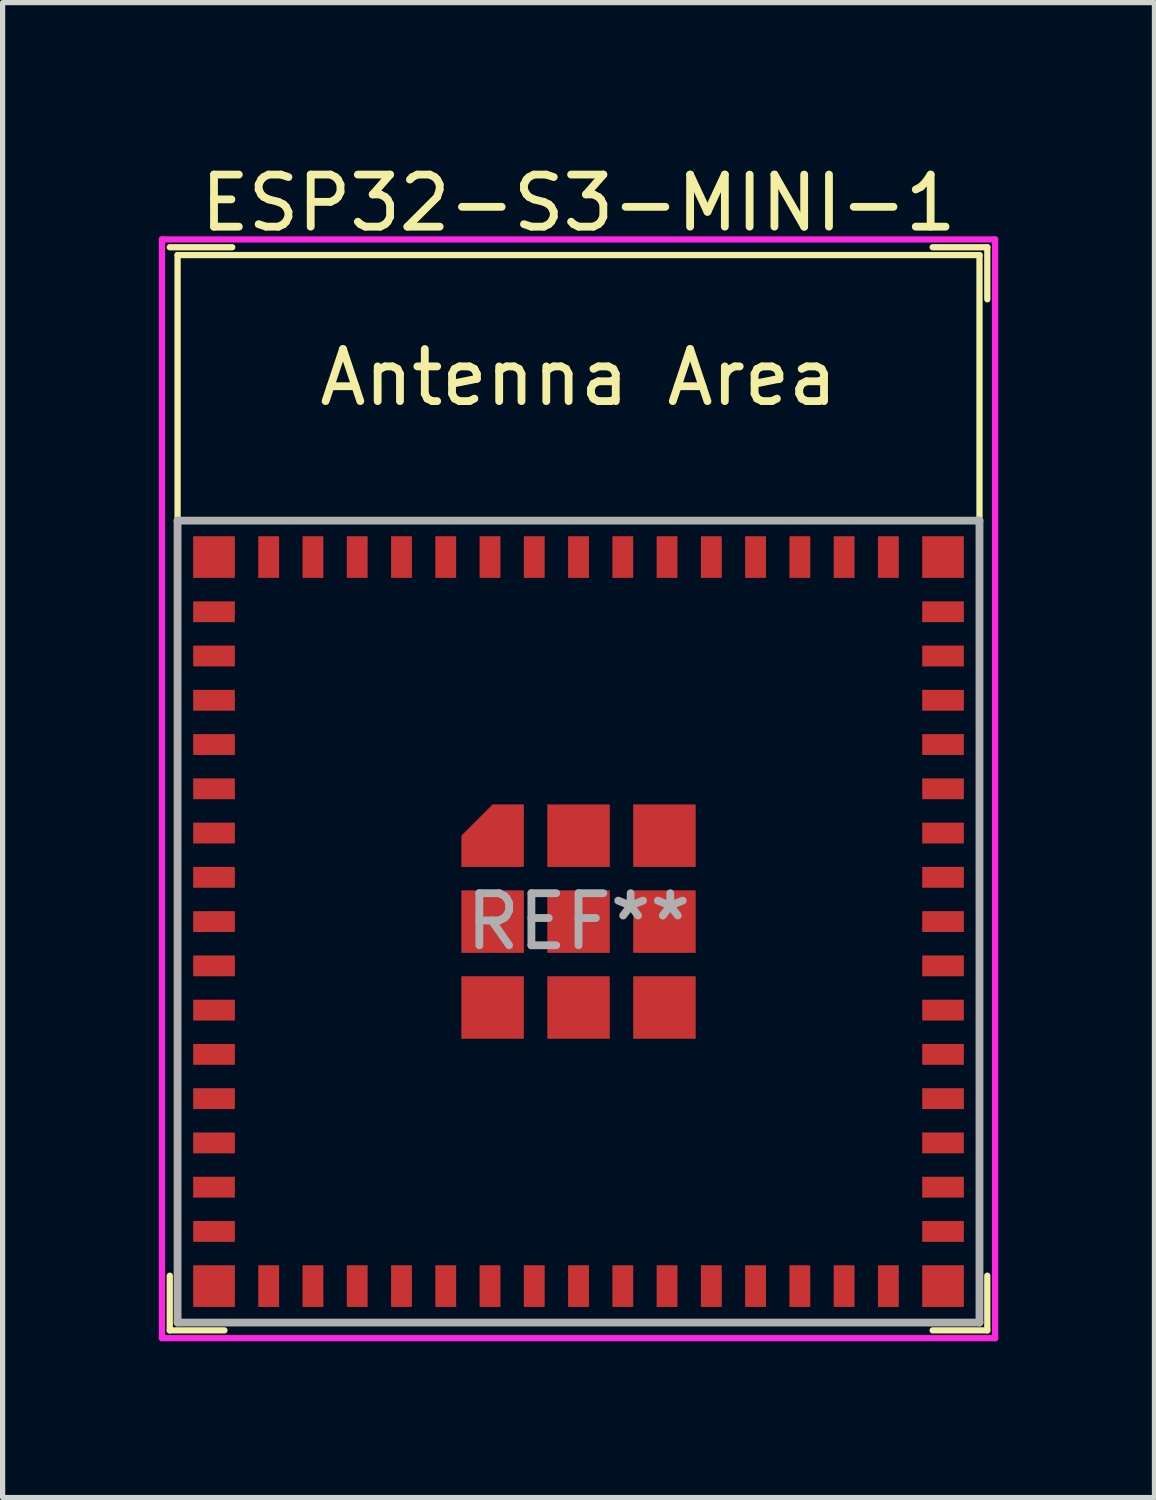
<source format=kicad_pcb>
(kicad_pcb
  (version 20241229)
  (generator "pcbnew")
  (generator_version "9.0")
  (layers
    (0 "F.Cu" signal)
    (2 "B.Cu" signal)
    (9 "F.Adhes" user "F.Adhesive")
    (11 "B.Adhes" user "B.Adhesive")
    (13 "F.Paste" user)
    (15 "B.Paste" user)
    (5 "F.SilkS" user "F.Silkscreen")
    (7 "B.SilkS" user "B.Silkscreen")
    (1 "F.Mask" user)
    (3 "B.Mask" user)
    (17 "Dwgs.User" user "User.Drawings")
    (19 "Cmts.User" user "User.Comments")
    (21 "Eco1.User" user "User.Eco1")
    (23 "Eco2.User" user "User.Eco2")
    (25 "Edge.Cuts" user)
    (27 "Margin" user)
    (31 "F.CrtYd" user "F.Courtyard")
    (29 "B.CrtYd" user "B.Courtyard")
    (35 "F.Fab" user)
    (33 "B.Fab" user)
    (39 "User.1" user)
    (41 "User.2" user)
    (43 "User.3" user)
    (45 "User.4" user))
  (footprint "ESP32-S3-MINI-1"
    (layer "F.Cu")
    (at 8.06 14.648)
    (property "Reference" "ESP32-S3-MINI-1" (at 0 -13.8 0) (layer "F.SilkS") (effects (font (size 1 1) (thickness 0.15))))
    (attr smd)
    (fp_line (start -7.85 7.85) (end -7.85 6.8) (stroke (width 0.12) (type solid)) (layer "F.SilkS"))
    (fp_line (start -7.7 -12.8) (end -7.7 -7.7) (stroke (width 0.12) (type solid)) (layer "F.SilkS"))
    (fp_line (start -7.7 -12.8) (end 7.7 -12.8) (stroke (width 0.12) (type solid)) (layer "F.SilkS"))
    (fp_line (start -7.7 7.7) (end -7.7 -7.7) (stroke (width 0.12) (type solid)) (layer "F.SilkS"))
    (fp_line (start -6.8 7.85) (end -7.85 7.85) (stroke (width 0.12) (type solid)) (layer "F.SilkS"))
    (fp_line (start -6.65 -12.95) (end -7.85 -12.95) (stroke (width 0.12) (type solid)) (layer "F.SilkS"))
    (fp_line (start 6.8 -12.95) (end 7.85 -12.95) (stroke (width 0.12) (type solid)) (layer "F.SilkS"))
    (fp_line (start 6.8 7.85) (end 7.85 7.85) (stroke (width 0.12) (type solid)) (layer "F.SilkS"))
    (fp_line (start 7.7 -12.8) (end 7.7 -7.7) (stroke (width 0.12) (type solid)) (layer "F.SilkS"))
    (fp_line (start 7.7 -7.7) (end 7.7 7.7) (stroke (width 0.12) (type solid)) (layer "F.SilkS"))
    (fp_line (start 7.7 7.7) (end -7.7 7.7) (stroke (width 0.12) (type solid)) (layer "F.SilkS"))
    (fp_line (start 7.85 -12.95) (end 7.85 -11.95) (stroke (width 0.12) (type solid)) (layer "F.SilkS"))
    (fp_line (start 7.85 7.85) (end 7.85 6.8) (stroke (width 0.12) (type solid)) (layer "F.SilkS"))
    (fp_line (start -8 -13.1) (end -8 8) (stroke (width 0.12) (type solid)) (layer "F.CrtYd"))
    (fp_line (start -8 8) (end 8 8) (stroke (width 0.12) (type solid)) (layer "F.CrtYd"))
    (fp_line (start 8 -13.1) (end -8 -13.1) (stroke (width 0.12) (type solid)) (layer "F.CrtYd"))
    (fp_line (start 8 8) (end 8 -13.1) (stroke (width 0.12) (type solid)) (layer "F.CrtYd"))
    (fp_line (start -7.7 -7.7) (end -7.7 7.7) (stroke (width 0.15) (type solid)) (layer "F.Fab"))
    (fp_line (start -7.7 7.7) (end 7.7 7.7) (stroke (width 0.15) (type solid)) (layer "F.Fab"))
    (fp_line (start 7.7 -7.7) (end -7.7 -7.7) (stroke (width 0.15) (type solid)) (layer "F.Fab"))
    (fp_line (start 7.7 7.7) (end 7.7 -7.7) (stroke (width 0.15) (type solid)) (layer "F.Fab"))
    (fp_text user "Antenna Area" (at 0 -10.45 0) (layer "F.SilkS") (effects (font (size 1 1) (thickness 0.15))))
    (fp_text user "REF**" (at 0 0 0) (layer "F.Fab") (effects (font (size 1 1) (thickness 0.15))))
    (pad "1" smd rect (at -7 -5.95 90) (size 0.4 0.8) (layers "F.Cu" "F.Mask" "F.Paste"))
    (pad "2" smd rect (at -7 -5.1 90) (size 0.4 0.8) (layers "F.Cu" "F.Mask" "F.Paste"))
    (pad "3" smd rect (at -7 -4.25 90) (size 0.4 0.8) (layers "F.Cu" "F.Mask" "F.Paste"))
    (pad "4" smd rect (at -7 -3.4 90) (size 0.4 0.8) (layers "F.Cu" "F.Mask" "F.Paste"))
    (pad "5" smd rect (at -7 -2.55 90) (size 0.4 0.8) (layers "F.Cu" "F.Mask" "F.Paste"))
    (pad "6" smd rect (at -7 -1.7 90) (size 0.4 0.8) (layers "F.Cu" "F.Mask" "F.Paste"))
    (pad "7" smd rect (at -7 -0.85 90) (size 0.4 0.8) (layers "F.Cu" "F.Mask" "F.Paste"))
    (pad "8" smd rect (at -7 0 90) (size 0.4 0.8) (layers "F.Cu" "F.Mask" "F.Paste"))
    (pad "9" smd rect (at -7 0.85 90) (size 0.4 0.8) (layers "F.Cu" "F.Mask" "F.Paste"))
    (pad "10" smd rect (at -7 1.7 90) (size 0.4 0.8) (layers "F.Cu" "F.Mask" "F.Paste"))
    (pad "11" smd rect (at -7 2.55 90) (size 0.4 0.8) (layers "F.Cu" "F.Mask" "F.Paste"))
    (pad "12" smd rect (at -7 3.4 90) (size 0.4 0.8) (layers "F.Cu" "F.Mask" "F.Paste"))
    (pad "13" smd rect (at -7 4.25 90) (size 0.4 0.8) (layers "F.Cu" "F.Mask" "F.Paste"))
    (pad "14" smd rect (at -7 5.1 90) (size 0.4 0.8) (layers "F.Cu" "F.Mask" "F.Paste"))
    (pad "15" smd rect (at -7 5.95 90) (size 0.4 0.8) (layers "F.Cu" "F.Mask" "F.Paste"))
    (pad "16" smd rect (at -5.95 7) (size 0.4 0.8) (layers "F.Cu" "F.Mask" "F.Paste"))
    (pad "17" smd rect (at -5.1 7) (size 0.4 0.8) (layers "F.Cu" "F.Mask" "F.Paste"))
    (pad "18" smd rect (at -4.25 7) (size 0.4 0.8) (layers "F.Cu" "F.Mask" "F.Paste"))
    (pad "19" smd rect (at -3.4 7) (size 0.4 0.8) (layers "F.Cu" "F.Mask" "F.Paste"))
    (pad "20" smd rect (at -2.55 7) (size 0.4 0.8) (layers "F.Cu" "F.Mask" "F.Paste"))
    (pad "21" smd rect (at -1.7 7) (size 0.4 0.8) (layers "F.Cu" "F.Mask" "F.Paste"))
    (pad "22" smd rect (at -0.85 7) (size 0.4 0.8) (layers "F.Cu" "F.Mask" "F.Paste"))
    (pad "23" smd rect (at 0 7) (size 0.4 0.8) (layers "F.Cu" "F.Mask" "F.Paste"))
    (pad "24" smd rect (at 0.85 7) (size 0.4 0.8) (layers "F.Cu" "F.Mask" "F.Paste"))
    (pad "25" smd rect (at 1.7 7) (size 0.4 0.8) (layers "F.Cu" "F.Mask" "F.Paste"))
    (pad "26" smd rect (at 2.55 7) (size 0.4 0.8) (layers "F.Cu" "F.Mask" "F.Paste"))
    (pad "27" smd rect (at 3.4 7) (size 0.4 0.8) (layers "F.Cu" "F.Mask" "F.Paste"))
    (pad "28" smd rect (at 4.25 7) (size 0.4 0.8) (layers "F.Cu" "F.Mask" "F.Paste"))
    (pad "29" smd rect (at 5.1 7) (size 0.4 0.8) (layers "F.Cu" "F.Mask" "F.Paste"))
    (pad "30" smd rect (at 5.95 7) (size 0.4 0.8) (layers "F.Cu" "F.Mask" "F.Paste"))
    (pad "31" smd rect (at 7 5.95 90) (size 0.4 0.8) (layers "F.Cu" "F.Mask" "F.Paste"))
    (pad "32" smd rect (at 7 5.1 90) (size 0.4 0.8) (layers "F.Cu" "F.Mask" "F.Paste"))
    (pad "33" smd rect (at 7 4.25 90) (size 0.4 0.8) (layers "F.Cu" "F.Mask" "F.Paste"))
    (pad "34" smd rect (at 7 3.4 90) (size 0.4 0.8) (layers "F.Cu" "F.Mask" "F.Paste"))
    (pad "35" smd rect (at 7 2.55 90) (size 0.4 0.8) (layers "F.Cu" "F.Mask" "F.Paste"))
    (pad "36" smd rect (at 7 1.7 90) (size 0.4 0.8) (layers "F.Cu" "F.Mask" "F.Paste"))
    (pad "37" smd rect (at 7 0.85 90) (size 0.4 0.8) (layers "F.Cu" "F.Mask" "F.Paste"))
    (pad "38" smd rect (at 7 0 90) (size 0.4 0.8) (layers "F.Cu" "F.Mask" "F.Paste"))
    (pad "39" smd rect (at 7 -0.85 90) (size 0.4 0.8) (layers "F.Cu" "F.Mask" "F.Paste"))
    (pad "40" smd rect (at 7 -1.7 90) (size 0.4 0.8) (layers "F.Cu" "F.Mask" "F.Paste"))
    (pad "41" smd rect (at 7 -2.55 90) (size 0.4 0.8) (layers "F.Cu" "F.Mask" "F.Paste"))
    (pad "42" smd rect (at 7 -3.4 90) (size 0.4 0.8) (layers "F.Cu" "F.Mask" "F.Paste"))
    (pad "43" smd rect (at 7 -4.25 90) (size 0.4 0.8) (layers "F.Cu" "F.Mask" "F.Paste"))
    (pad "44" smd rect (at 7 -5.1 90) (size 0.4 0.8) (layers "F.Cu" "F.Mask" "F.Paste"))
    (pad "45" smd rect (at 7 -5.95 90) (size 0.4 0.8) (layers "F.Cu" "F.Mask" "F.Paste"))
    (pad "46" smd rect (at -7 -7 180) (size 0.8 0.8) (layers "F.Cu" "F.Mask" "F.Paste"))
    (pad "46" smd rect (at -7 7 180) (size 0.8 0.8) (layers "F.Cu" "F.Mask" "F.Paste"))
    (pad "46" smd rect (at -5.95 -7) (size 0.4 0.8) (layers "F.Cu" "F.Mask" "F.Paste"))
    (pad "46" smd rect (at -5.1 -7) (size 0.4 0.8) (layers "F.Cu" "F.Mask" "F.Paste"))
    (pad "46" smd rect (at -4.25 -7) (size 0.4 0.8) (layers "F.Cu" "F.Mask" "F.Paste"))
    (pad "46" smd rect (at -3.4 -7) (size 0.4 0.8) (layers "F.Cu" "F.Mask" "F.Paste"))
    (pad "46" smd rect (at -2.55 -7) (size 0.4 0.8) (layers "F.Cu" "F.Mask" "F.Paste"))
    (pad "46" smd rect (at -1.7 -7) (size 0.4 0.8) (layers "F.Cu" "F.Mask" "F.Paste"))
    (pad "46" smd custom (at -1.65 -1.65) (size 0.6 0.6) (layers "F.Cu" "F.Mask" "F.Paste") (options (anchor rect)) (primitives (gr_poly (pts (xy 0.6 0.6) (xy -0.6 0.6) (xy -0.6 0) (xy 0 -0.6) (xy 0.6 -0.6)) (width 0) (fill yes))))
    (pad "46" smd rect (at -1.65 0) (size 1.2 1.2) (layers "F.Cu" "F.Mask" "F.Paste"))
    (pad "46" smd rect (at -1.65 1.65) (size 1.2 1.2) (layers "F.Cu" "F.Mask" "F.Paste"))
    (pad "46" smd rect (at -0.85 -7) (size 0.4 0.8) (layers "F.Cu" "F.Mask" "F.Paste"))
    (pad "46" smd rect (at 0 -7) (size 0.4 0.8) (layers "F.Cu" "F.Mask" "F.Paste"))
    (pad "46" smd rect (at 0 -1.65) (size 1.2 1.2) (layers "F.Cu" "F.Mask" "F.Paste"))
    (pad "46" smd rect (at 0 0) (size 1.2 1.2) (layers "F.Cu" "F.Mask" "F.Paste"))
    (pad "46" smd rect (at 0 1.65) (size 1.2 1.2) (layers "F.Cu" "F.Mask" "F.Paste"))
    (pad "46" smd rect (at 0.85 -7) (size 0.4 0.8) (layers "F.Cu" "F.Mask" "F.Paste"))
    (pad "46" smd rect (at 1.65 -1.65) (size 1.2 1.2) (layers "F.Cu" "F.Mask" "F.Paste"))
    (pad "46" smd rect (at 1.65 0) (size 1.2 1.2) (layers "F.Cu" "F.Mask" "F.Paste"))
    (pad "46" smd rect (at 1.65 1.65) (size 1.2 1.2) (layers "F.Cu" "F.Mask" "F.Paste"))
    (pad "46" smd rect (at 1.7 -7) (size 0.4 0.8) (layers "F.Cu" "F.Mask" "F.Paste"))
    (pad "46" smd rect (at 2.55 -7) (size 0.4 0.8) (layers "F.Cu" "F.Mask" "F.Paste"))
    (pad "46" smd rect (at 3.4 -7) (size 0.4 0.8) (layers "F.Cu" "F.Mask" "F.Paste"))
    (pad "46" smd rect (at 4.25 -7) (size 0.4 0.8) (layers "F.Cu" "F.Mask" "F.Paste"))
    (pad "46" smd rect (at 5.1 -7) (size 0.4 0.8) (layers "F.Cu" "F.Mask" "F.Paste"))
    (pad "46" smd rect (at 5.95 -7) (size 0.4 0.8) (layers "F.Cu" "F.Mask" "F.Paste"))
    (pad "46" smd rect (at 7 -7 180) (size 0.8 0.8) (layers "F.Cu" "F.Mask" "F.Paste"))
    (pad "46" smd rect (at 7 7 180) (size 0.8 0.8) (layers "F.Cu" "F.Mask" "F.Paste")))
  (gr_rect
    (start -3 -3)
    (end 19.12 25.708)
    (stroke (width 0.1) (type default))
    (fill no)
    (layer "Edge.Cuts")))
</source>
